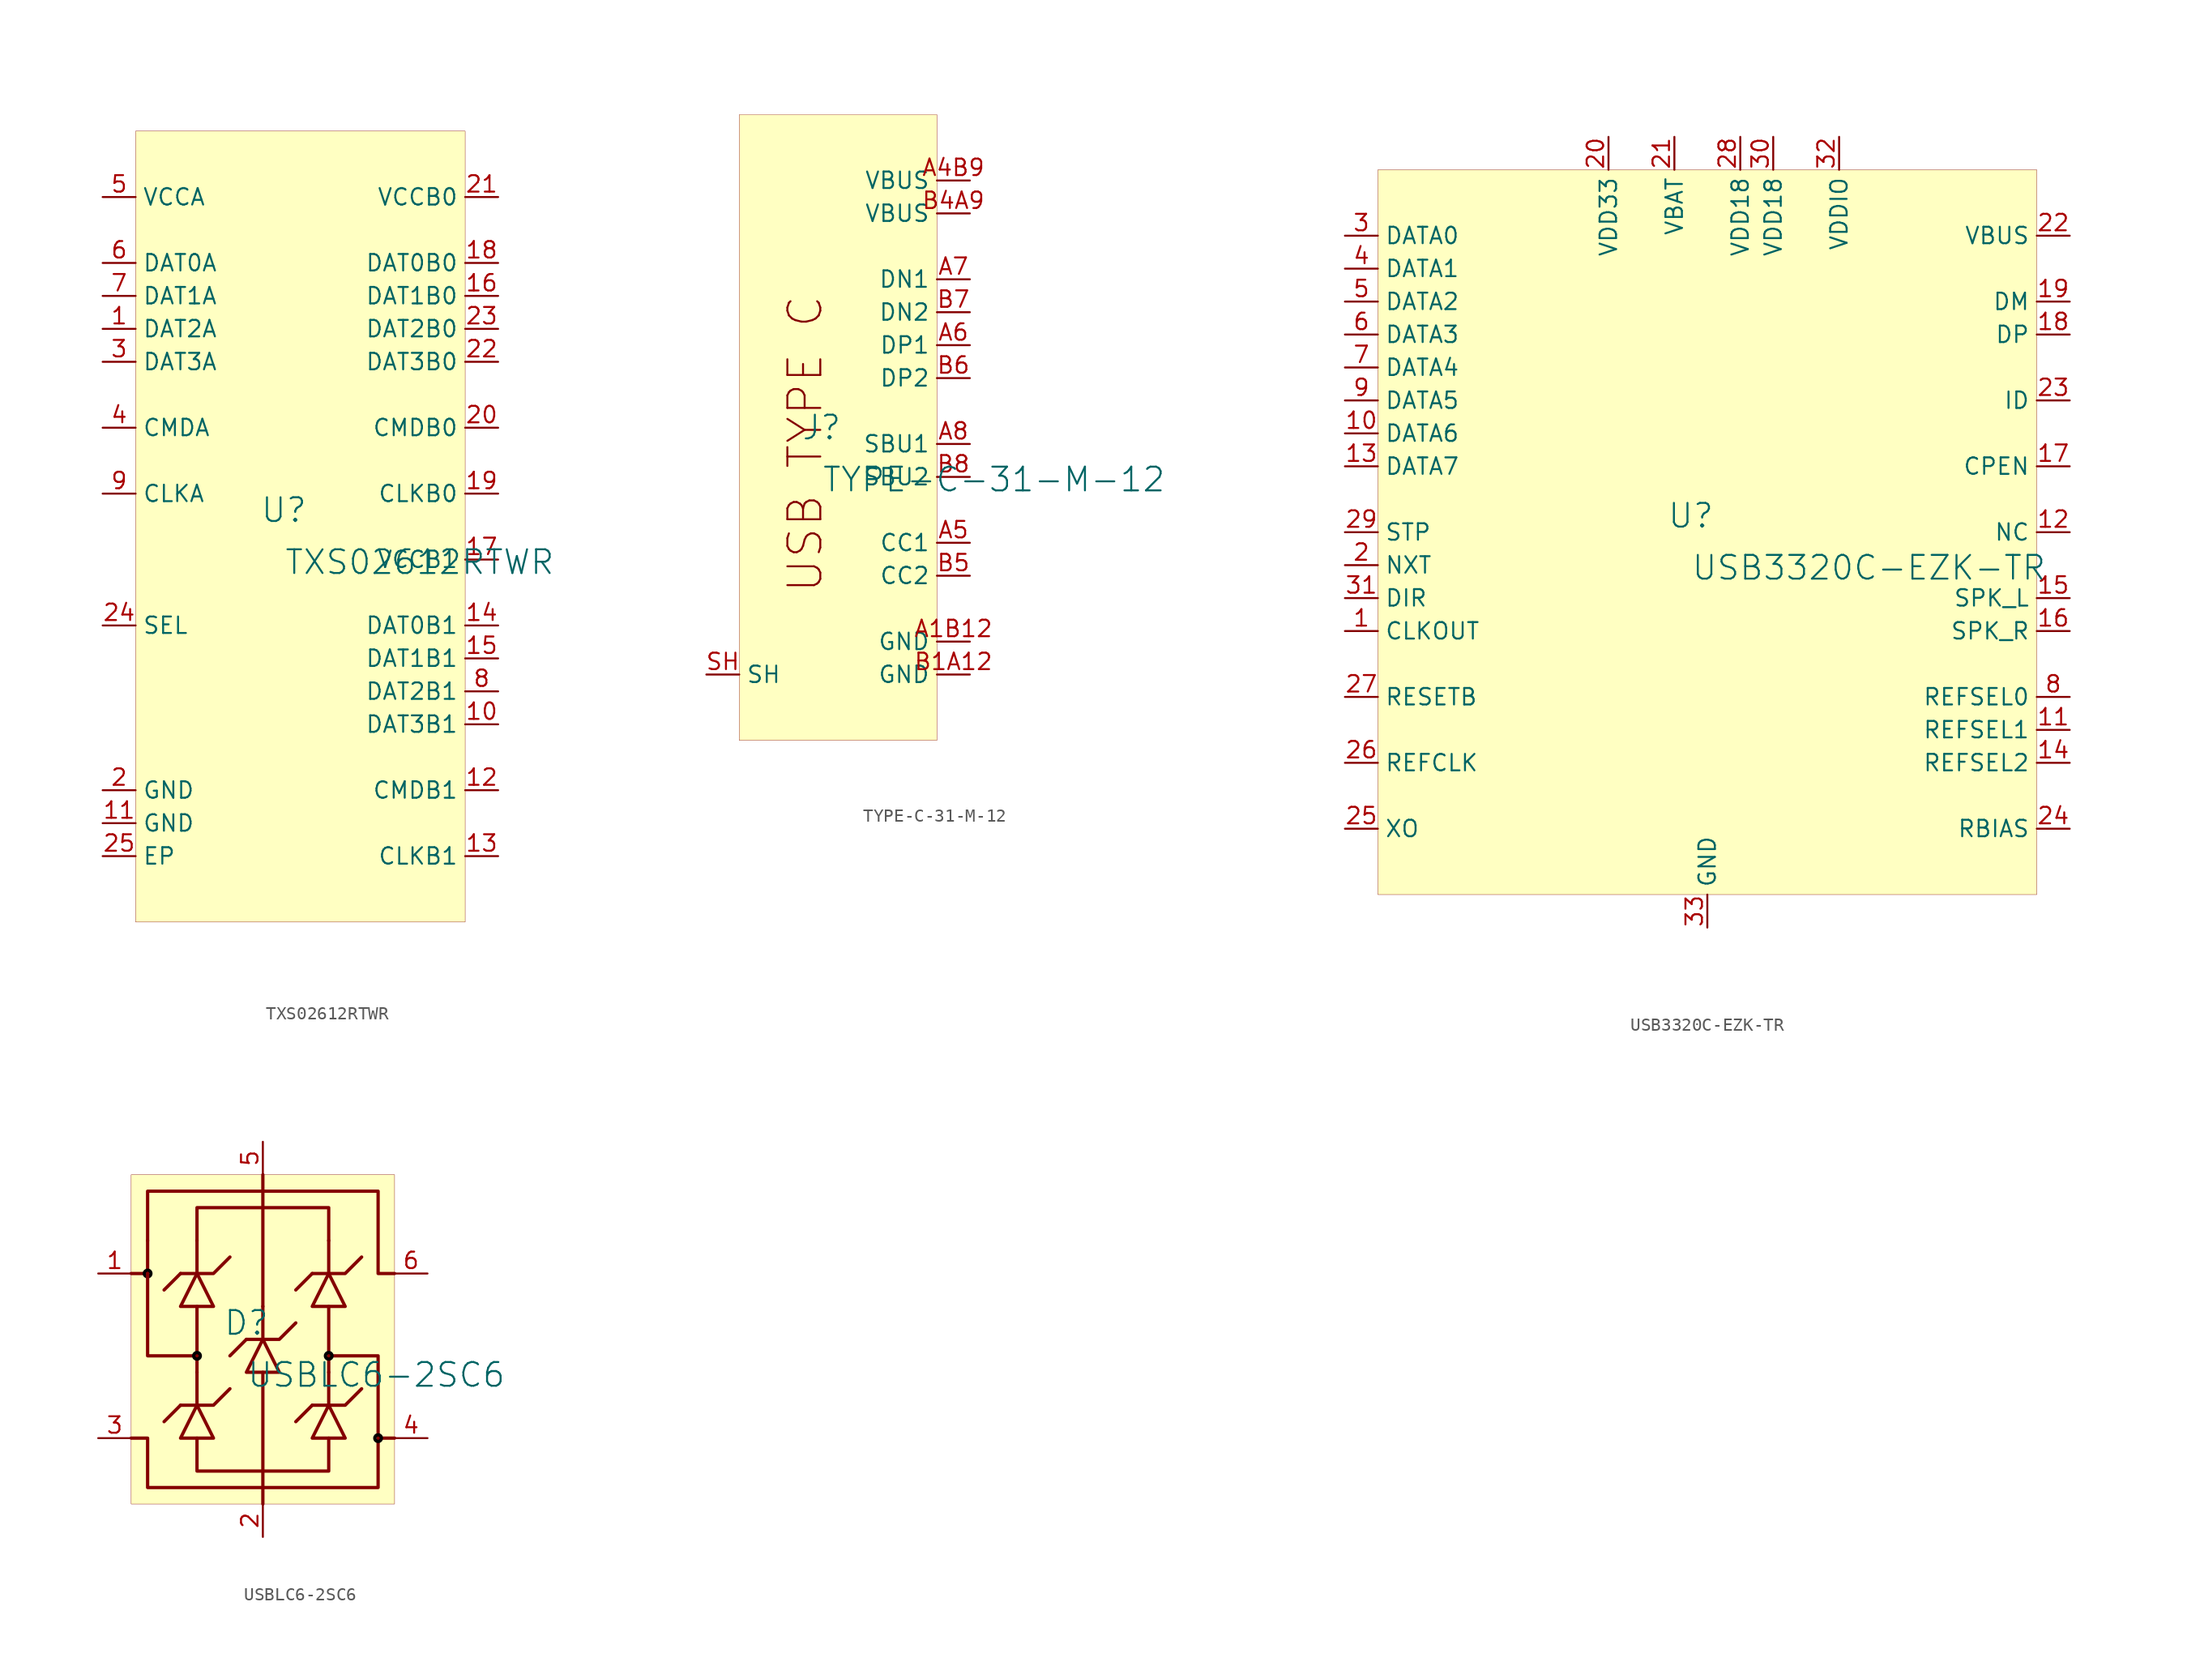
<source format=kicad_sym>
(kicad_symbol_lib
  (version 20231120)
  (generator "kicad_symbol_editor")
  (generator_version "8.0")
  (symbol "TXS02612RTWR"
    (property "Reference" "U"
      (at -1.27 1.27 0)
      (effects (font (size 1.829 1.829))))
    (property "Value" "TXS02612RTWR"
      (at -1.27 -3.81 0)
      (effects (font (size 1.829 1.829)) (justify left bottom)))
    (symbol "TXS02612RTWR_1_0"
      (rectangle (start 12.7 30.48) (end -12.7 -30.48) (stroke (width 0.025) (type solid) (color 128 0 0 1)) (fill (type background)))
      (pin bidirectional line (at -15.24 15.24 0) (length 2.54) (name "DAT2A" (effects (font (size 1.27 1.27)))) (number "1" (effects (font (size 1.27 1.27)))))
      (pin bidirectional line (at 15.24 -15.24 180) (length 2.54) (name "DAT3B1" (effects (font (size 1.27 1.27)))) (number "10" (effects (font (size 1.27 1.27)))))
      (pin power_in line (at -15.24 -22.86 0) (length 2.54) (name "GND" (effects (font (size 1.27 1.27)))) (number "11" (effects (font (size 1.27 1.27)))))
      (pin bidirectional line (at 15.24 -20.32 180) (length 2.54) (name "CMDB1" (effects (font (size 1.27 1.27)))) (number "12" (effects (font (size 1.27 1.27)))))
      (pin bidirectional line (at 15.24 -25.4 180) (length 2.54) (name "CLKB1" (effects (font (size 1.27 1.27)))) (number "13" (effects (font (size 1.27 1.27)))))
      (pin bidirectional line (at 15.24 -7.62 180) (length 2.54) (name "DAT0B1" (effects (font (size 1.27 1.27)))) (number "14" (effects (font (size 1.27 1.27)))))
      (pin bidirectional line (at 15.24 -10.16 180) (length 2.54) (name "DAT1B1" (effects (font (size 1.27 1.27)))) (number "15" (effects (font (size 1.27 1.27)))))
      (pin bidirectional line (at 15.24 17.78 180) (length 2.54) (name "DAT1B0" (effects (font (size 1.27 1.27)))) (number "16" (effects (font (size 1.27 1.27)))))
      (pin power_in line (at 15.24 -2.54 180) (length 2.54) (name "VCCB1" (effects (font (size 1.27 1.27)))) (number "17" (effects (font (size 1.27 1.27)))))
      (pin bidirectional line (at 15.24 20.32 180) (length 2.54) (name "DAT0B0" (effects (font (size 1.27 1.27)))) (number "18" (effects (font (size 1.27 1.27)))))
      (pin bidirectional line (at 15.24 2.54 180) (length 2.54) (name "CLKB0" (effects (font (size 1.27 1.27)))) (number "19" (effects (font (size 1.27 1.27)))))
      (pin power_in line (at -15.24 -20.32 0) (length 2.54) (name "GND" (effects (font (size 1.27 1.27)))) (number "2" (effects (font (size 1.27 1.27)))))
      (pin bidirectional line (at 15.24 7.62 180) (length 2.54) (name "CMDB0" (effects (font (size 1.27 1.27)))) (number "20" (effects (font (size 1.27 1.27)))))
      (pin power_in line (at 15.24 25.4 180) (length 2.54) (name "VCCB0" (effects (font (size 1.27 1.27)))) (number "21" (effects (font (size 1.27 1.27)))))
      (pin bidirectional line (at 15.24 12.7 180) (length 2.54) (name "DAT3B0" (effects (font (size 1.27 1.27)))) (number "22" (effects (font (size 1.27 1.27)))))
      (pin bidirectional line (at 15.24 15.24 180) (length 2.54) (name "DAT2B0" (effects (font (size 1.27 1.27)))) (number "23" (effects (font (size 1.27 1.27)))))
      (pin input line (at -15.24 -7.62 0) (length 2.54) (name "SEL" (effects (font (size 1.27 1.27)))) (number "24" (effects (font (size 1.27 1.27)))))
      (pin power_in line (at -15.24 -25.4 0) (length 2.54) (name "EP" (effects (font (size 1.27 1.27)))) (number "25" (effects (font (size 1.27 1.27)))))
      (pin bidirectional line (at -15.24 12.7 0) (length 2.54) (name "DAT3A" (effects (font (size 1.27 1.27)))) (number "3" (effects (font (size 1.27 1.27)))))
      (pin bidirectional line (at -15.24 7.62 0) (length 2.54) (name "CMDA" (effects (font (size 1.27 1.27)))) (number "4" (effects (font (size 1.27 1.27)))))
      (pin power_in line (at -15.24 25.4 0) (length 2.54) (name "VCCA" (effects (font (size 1.27 1.27)))) (number "5" (effects (font (size 1.27 1.27)))))
      (pin bidirectional line (at -15.24 20.32 0) (length 2.54) (name "DAT0A" (effects (font (size 1.27 1.27)))) (number "6" (effects (font (size 1.27 1.27)))))
      (pin bidirectional line (at -15.24 17.78 0) (length 2.54) (name "DAT1A" (effects (font (size 1.27 1.27)))) (number "7" (effects (font (size 1.27 1.27)))))
      (pin bidirectional line (at 15.24 -12.7 180) (length 2.54) (name "DAT2B1" (effects (font (size 1.27 1.27)))) (number "8" (effects (font (size 1.27 1.27)))))
      (pin bidirectional line (at -15.24 2.54 0) (length 2.54) (name "CLKA" (effects (font (size 1.27 1.27)))) (number "9" (effects (font (size 1.27 1.27)))))))
  (symbol "TYPE-C-31-M-12"
    (property "Reference" "J"
      (at -1.27 1.27 0)
      (effects (font (size 1.829 1.829))))
    (property "Value" "TYPE-C-31-M-12"
      (at -1.27 -3.81 0)
      (effects (font (size 1.829 1.829)) (justify left bottom)))
    (symbol "TYPE-C-31-M-12_1_0"
      (rectangle (start -7.62 25.4) (end 7.62 -22.86) (stroke (width 0.025) (type solid)) (fill (type background)))
      (text "USB TYPE C" (at -2.54 0 900) (effects (font (size 2.54 2.54))))
      (pin power_in line (at 10.16 -15.24 180) (length 2.54) (name "GND" (effects (font (size 1.27 1.27)))) (number "A1B12" (effects (font (size 1.27 1.27)))))
      (pin power_in line (at 10.16 20.32 180) (length 2.54) (name "VBUS" (effects (font (size 1.27 1.27)))) (number "A4B9" (effects (font (size 1.27 1.27)))))
      (pin passive line (at 10.16 -7.62 180) (length 2.54) (name "CC1" (effects (font (size 1.27 1.27)))) (number "A5" (effects (font (size 1.27 1.27)))))
      (pin bidirectional line (at 10.16 7.62 180) (length 2.54) (name "DP1" (effects (font (size 1.27 1.27)))) (number "A6" (effects (font (size 1.27 1.27)))))
      (pin bidirectional line (at 10.16 12.7 180) (length 2.54) (name "DN1" (effects (font (size 1.27 1.27)))) (number "A7" (effects (font (size 1.27 1.27)))))
      (pin bidirectional line (at 10.16 0 180) (length 2.54) (name "SBU1" (effects (font (size 1.27 1.27)))) (number "A8" (effects (font (size 1.27 1.27)))))
      (pin power_in line (at 10.16 -17.78 180) (length 2.54) (name "GND" (effects (font (size 1.27 1.27)))) (number "B1A12" (effects (font (size 1.27 1.27)))))
      (pin power_in line (at 10.16 17.78 180) (length 2.54) (name "VBUS" (effects (font (size 1.27 1.27)))) (number "B4A9" (effects (font (size 1.27 1.27)))))
      (pin tri_state line (at 10.16 -10.16 180) (length 2.54) (name "CC2" (effects (font (size 1.27 1.27)))) (number "B5" (effects (font (size 1.27 1.27)))))
      (pin bidirectional line (at 10.16 5.08 180) (length 2.54) (name "DP2" (effects (font (size 1.27 1.27)))) (number "B6" (effects (font (size 1.27 1.27)))))
      (pin bidirectional line (at 10.16 10.16 180) (length 2.54) (name "DN2" (effects (font (size 1.27 1.27)))) (number "B7" (effects (font (size 1.27 1.27)))))
      (pin bidirectional line (at 10.16 -2.54 180) (length 2.54) (name "SBU2" (effects (font (size 1.27 1.27)))) (number "B8" (effects (font (size 1.27 1.27)))))
      (pin power_in line (at -10.16 -17.78 0) (length 2.54) (name "SH" (effects (font (size 1.27 1.27)))) (number "SH" (effects (font (size 1.27 1.27)))))))
  (symbol "USB3320C-EZK-TR"
    (property "Reference" "U"
      (at -1.27 1.27 0)
      (effects (font (size 1.829 1.829))))
    (property "Value" "USB3320C-EZK-TR"
      (at -1.27 -3.81 0)
      (effects (font (size 1.829 1.829)) (justify left bottom)))
    (symbol "USB3320C-EZK-TR_1_0"
      (rectangle (start 25.4 27.94) (end -25.4 -27.94) (stroke (width 0.025) (type solid) (color 128 0 0 1)) (fill (type background)))
      (pin passive line (at -27.94 -7.62 0) (length 2.54) (name "CLKOUT" (effects (font (size 1.27 1.27)))) (number "1" (effects (font (size 1.27 1.27)))))
      (pin passive line (at -27.94 7.62 0) (length 2.54) (name "DATA6" (effects (font (size 1.27 1.27)))) (number "10" (effects (font (size 1.27 1.27)))))
      (pin passive line (at 27.94 -15.24 180) (length 2.54) (name "REFSEL1" (effects (font (size 1.27 1.27)))) (number "11" (effects (font (size 1.27 1.27)))))
      (pin passive line (at 27.94 0 180) (length 2.54) (name "NC" (effects (font (size 1.27 1.27)))) (number "12" (effects (font (size 1.27 1.27)))))
      (pin passive line (at -27.94 5.08 0) (length 2.54) (name "DATA7" (effects (font (size 1.27 1.27)))) (number "13" (effects (font (size 1.27 1.27)))))
      (pin passive line (at 27.94 -17.78 180) (length 2.54) (name "REFSEL2" (effects (font (size 1.27 1.27)))) (number "14" (effects (font (size 1.27 1.27)))))
      (pin passive line (at 27.94 -5.08 180) (length 2.54) (name "SPK_L" (effects (font (size 1.27 1.27)))) (number "15" (effects (font (size 1.27 1.27)))))
      (pin passive line (at 27.94 -7.62 180) (length 2.54) (name "SPK_R" (effects (font (size 1.27 1.27)))) (number "16" (effects (font (size 1.27 1.27)))))
      (pin passive line (at 27.94 5.08 180) (length 2.54) (name "CPEN" (effects (font (size 1.27 1.27)))) (number "17" (effects (font (size 1.27 1.27)))))
      (pin passive line (at 27.94 15.24 180) (length 2.54) (name "DP" (effects (font (size 1.27 1.27)))) (number "18" (effects (font (size 1.27 1.27)))))
      (pin passive line (at 27.94 17.78 180) (length 2.54) (name "DM" (effects (font (size 1.27 1.27)))) (number "19" (effects (font (size 1.27 1.27)))))
      (pin passive line (at -27.94 -2.54 0) (length 2.54) (name "NXT" (effects (font (size 1.27 1.27)))) (number "2" (effects (font (size 1.27 1.27)))))
      (pin passive line (at -7.62 30.48 270) (length 2.54) (name "VDD33" (effects (font (size 1.27 1.27)))) (number "20" (effects (font (size 1.27 1.27)))))
      (pin passive line (at -2.54 30.48 270) (length 2.54) (name "VBAT" (effects (font (size 1.27 1.27)))) (number "21" (effects (font (size 1.27 1.27)))))
      (pin passive line (at 27.94 22.86 180) (length 2.54) (name "VBUS" (effects (font (size 1.27 1.27)))) (number "22" (effects (font (size 1.27 1.27)))))
      (pin passive line (at 27.94 10.16 180) (length 2.54) (name "ID" (effects (font (size 1.27 1.27)))) (number "23" (effects (font (size 1.27 1.27)))))
      (pin passive line (at 27.94 -22.86 180) (length 2.54) (name "RBIAS" (effects (font (size 1.27 1.27)))) (number "24" (effects (font (size 1.27 1.27)))))
      (pin passive line (at -27.94 -22.86 0) (length 2.54) (name "XO" (effects (font (size 1.27 1.27)))) (number "25" (effects (font (size 1.27 1.27)))))
      (pin passive line (at -27.94 -17.78 0) (length 2.54) (name "REFCLK" (effects (font (size 1.27 1.27)))) (number "26" (effects (font (size 1.27 1.27)))))
      (pin passive line (at -27.94 -12.7 0) (length 2.54) (name "RESETB" (effects (font (size 1.27 1.27)))) (number "27" (effects (font (size 1.27 1.27)))))
      (pin passive line (at 2.54 30.48 270) (length 2.54) (name "VDD18" (effects (font (size 1.27 1.27)))) (number "28" (effects (font (size 1.27 1.27)))))
      (pin passive line (at -27.94 0 0) (length 2.54) (name "STP" (effects (font (size 1.27 1.27)))) (number "29" (effects (font (size 1.27 1.27)))))
      (pin passive line (at -27.94 22.86 0) (length 2.54) (name "DATA0" (effects (font (size 1.27 1.27)))) (number "3" (effects (font (size 1.27 1.27)))))
      (pin passive line (at 5.08 30.48 270) (length 2.54) (name "VDD18" (effects (font (size 1.27 1.27)))) (number "30" (effects (font (size 1.27 1.27)))))
      (pin passive line (at -27.94 -5.08 0) (length 2.54) (name "DIR" (effects (font (size 1.27 1.27)))) (number "31" (effects (font (size 1.27 1.27)))))
      (pin passive line (at 10.16 30.48 270) (length 2.54) (name "VDDIO" (effects (font (size 1.27 1.27)))) (number "32" (effects (font (size 1.27 1.27)))))
      (pin passive line (at 0 -30.48 90) (length 2.54) (name "GND" (effects (font (size 1.27 1.27)))) (number "33" (effects (font (size 1.27 1.27)))))
      (pin passive line (at -27.94 20.32 0) (length 2.54) (name "DATA1" (effects (font (size 1.27 1.27)))) (number "4" (effects (font (size 1.27 1.27)))))
      (pin passive line (at -27.94 17.78 0) (length 2.54) (name "DATA2" (effects (font (size 1.27 1.27)))) (number "5" (effects (font (size 1.27 1.27)))))
      (pin passive line (at -27.94 15.24 0) (length 2.54) (name "DATA3" (effects (font (size 1.27 1.27)))) (number "6" (effects (font (size 1.27 1.27)))))
      (pin passive line (at -27.94 12.7 0) (length 2.54) (name "DATA4" (effects (font (size 1.27 1.27)))) (number "7" (effects (font (size 1.27 1.27)))))
      (pin passive line (at 27.94 -12.7 180) (length 2.54) (name "REFSEL0" (effects (font (size 1.27 1.27)))) (number "8" (effects (font (size 1.27 1.27)))))
      (pin passive line (at -27.94 10.16 0) (length 2.54) (name "DATA5" (effects (font (size 1.27 1.27)))) (number "9" (effects (font (size 1.27 1.27)))))))
  (symbol "USBLC6-2SC6"
    (property "Reference" "D"
      (at -1.27 1.27 0)
      (effects (font (size 1.829 1.829))))
    (property "Value" "USBLC6-2SC6"
      (at -1.27 -3.81 0)
      (effects (font (size 1.829 1.829)) (justify left bottom)))
    (symbol "USBLC6-2SC6_1_0"
      (circle (center -8.89 5.08) (radius 0.254) (stroke (width 0.254) (type solid) (color 0 0 0 1)) (fill (type none)))
      (circle (center -5.08 -1.27) (radius 0.254) (stroke (width 0.254) (type solid) (color 0 0 0 1)) (fill (type none)))
      (polyline (pts (xy -6.35 -5.08) (xy -7.62 -6.35)) (stroke (width 0.254) (type solid)) (fill (type none)))
      (polyline (pts (xy -6.35 5.08) (xy -7.62 3.81)) (stroke (width 0.254) (type solid)) (fill (type none)))
      (polyline (pts (xy -5.08 -2.54) (xy -5.08 -5.08)) (stroke (width 0.254) (type solid)) (fill (type none)))
      (polyline (pts (xy -5.08 2.54) (xy -5.08 -2.54)) (stroke (width 0.254) (type solid)) (fill (type none)))
      (polyline (pts (xy -5.08 7.62) (xy -5.08 5.08)) (stroke (width 0.254) (type solid)) (fill (type none)))
      (polyline (pts (xy -1.27 0) (xy -2.54 -1.27)) (stroke (width 0.254) (type solid)) (fill (type none)))
      (polyline (pts (xy 0 -12.7) (xy 0 -10.16)) (stroke (width 0.254) (type solid)) (fill (type none)))
      (polyline (pts (xy 0 -2.54) (xy 0 -10.16)) (stroke (width 0.254) (type solid)) (fill (type none)))
      (polyline (pts (xy 0 2.54) (xy 0 0)) (stroke (width 0.254) (type solid)) (fill (type none)))
      (polyline (pts (xy 0 2.54) (xy 0 10.16)) (stroke (width 0.254) (type solid)) (fill (type none)))
      (polyline (pts (xy 0 10.16) (xy 0 12.7)) (stroke (width 0.254) (type solid)) (fill (type none)))
      (polyline (pts (xy 3.81 -5.08) (xy 2.54 -6.35)) (stroke (width 0.254) (type solid)) (fill (type none)))
      (polyline (pts (xy 3.81 5.08) (xy 2.54 3.81)) (stroke (width 0.254) (type solid)) (fill (type none)))
      (polyline (pts (xy 5.08 -2.54) (xy 5.08 -5.08)) (stroke (width 0.254) (type solid)) (fill (type none)))
      (polyline (pts (xy 5.08 2.54) (xy 5.08 -2.54)) (stroke (width 0.254) (type solid)) (fill (type none)))
      (polyline (pts (xy 5.08 7.62) (xy 5.08 5.08)) (stroke (width 0.254) (type solid)) (fill (type none)))
      (polyline (pts (xy 8.89 -7.62) (xy 10.16 -7.62)) (stroke (width 0.254) (type solid)) (fill (type none)))
      (polyline (pts (xy -10.16 5.08) (xy -8.89 5.08) (xy -8.89 7.62)) (stroke (width 0.254) (type solid)) (fill (type none)))
      (polyline (pts (xy -8.89 5.08) (xy -8.89 -1.27) (xy -5.08 -1.27)) (stroke (width 0.254) (type solid)) (fill (type none)))
      (polyline (pts (xy -6.35 -5.08) (xy -3.81 -5.08) (xy -2.54 -3.81)) (stroke (width 0.254) (type solid)) (fill (type none)))
      (polyline (pts (xy -6.35 5.08) (xy -3.81 5.08) (xy -2.54 6.35)) (stroke (width 0.254) (type solid)) (fill (type none)))
      (polyline (pts (xy -1.27 0) (xy 1.27 0) (xy 2.54 1.27)) (stroke (width 0.254) (type solid)) (fill (type none)))
      (polyline (pts (xy 3.81 -5.08) (xy 6.35 -5.08) (xy 7.62 -3.81)) (stroke (width 0.254) (type solid)) (fill (type none)))
      (polyline (pts (xy 3.81 5.08) (xy 6.35 5.08) (xy 7.62 6.35)) (stroke (width 0.254) (type solid)) (fill (type none)))
      (polyline (pts (xy -5.08 -7.62) (xy -5.08 -10.16) (xy 5.08 -10.16) (xy 5.08 -7.62)) (stroke (width 0.254) (type solid)) (fill (type none)))
      (polyline (pts (xy -5.08 -5.08) (xy -6.35 -7.62) (xy -3.81 -7.62) (xy -5.08 -5.08)) (stroke (width 0.254) (type solid)) (fill (type none)))
      (polyline (pts (xy -5.08 5.08) (xy -6.35 2.54) (xy -3.81 2.54) (xy -5.08 5.08)) (stroke (width 0.254) (type solid)) (fill (type none)))
      (polyline (pts (xy -5.08 7.62) (xy -5.08 10.16) (xy 5.08 10.16) (xy 5.08 7.62)) (stroke (width 0.254) (type solid)) (fill (type none)))
      (polyline (pts (xy 0 0) (xy -1.27 -2.54) (xy 1.27 -2.54) (xy 0 0)) (stroke (width 0.254) (type solid)) (fill (type none)))
      (polyline (pts (xy 5.08 -5.08) (xy 3.81 -7.62) (xy 6.35 -7.62) (xy 5.08 -5.08)) (stroke (width 0.254) (type solid)) (fill (type none)))
      (polyline (pts (xy 5.08 5.08) (xy 3.81 2.54) (xy 6.35 2.54) (xy 5.08 5.08)) (stroke (width 0.254) (type solid)) (fill (type none)))
      (polyline (pts (xy -8.89 7.62) (xy -8.89 11.43) (xy 8.89 11.43) (xy 8.89 5.08) (xy 10.16 5.08)) (stroke (width 0.254) (type solid)) (fill (type none)))
      (polyline (pts (xy -10.16 -7.62) (xy -8.89 -7.62) (xy -8.89 -11.43) (xy 8.89 -11.43) (xy 8.89 -1.27) (xy 5.08 -1.27)) (stroke (width 0.254) (type solid)) (fill (type none)))
      (circle (center 5.08 -1.27) (radius 0.254) (stroke (width 0.254) (type solid) (color 0 0 0 1)) (fill (type none)))
      (circle (center 8.89 -7.62) (radius 0.254) (stroke (width 0.254) (type solid) (color 0 0 0 1)) (fill (type none)))
      (rectangle (start 10.16 12.7) (end -10.16 -12.7) (stroke (width 0.025) (type solid) (color 128 0 0 1)) (fill (type background)))
      (pin bidirectional line (at -12.7 5.08 0) (length 2.54) (name "IO1" (effects (font (size 0 0)))) (number "1" (effects (font (size 1.27 1.27)))))
      (pin power_in line (at 0 -15.24 90) (length 2.54) (name "GND" (effects (font (size 0 0)))) (number "2" (effects (font (size 1.27 1.27)))))
      (pin bidirectional line (at -12.7 -7.62 0) (length 2.54) (name "IO2" (effects (font (size 0 0)))) (number "3" (effects (font (size 1.27 1.27)))))
      (pin bidirectional line (at 12.7 -7.62 180) (length 2.54) (name "IO2" (effects (font (size 0 0)))) (number "4" (effects (font (size 1.27 1.27)))))
      (pin power_in line (at 0 15.24 270) (length 2.54) (name "VBUS" (effects (font (size 0 0)))) (number "5" (effects (font (size 1.27 1.27)))))
      (pin bidirectional line (at 12.7 5.08 180) (length 2.54) (name "IO1" (effects (font (size 0 0)))) (number "6" (effects (font (size 1.27 1.27))))))))
</source>
